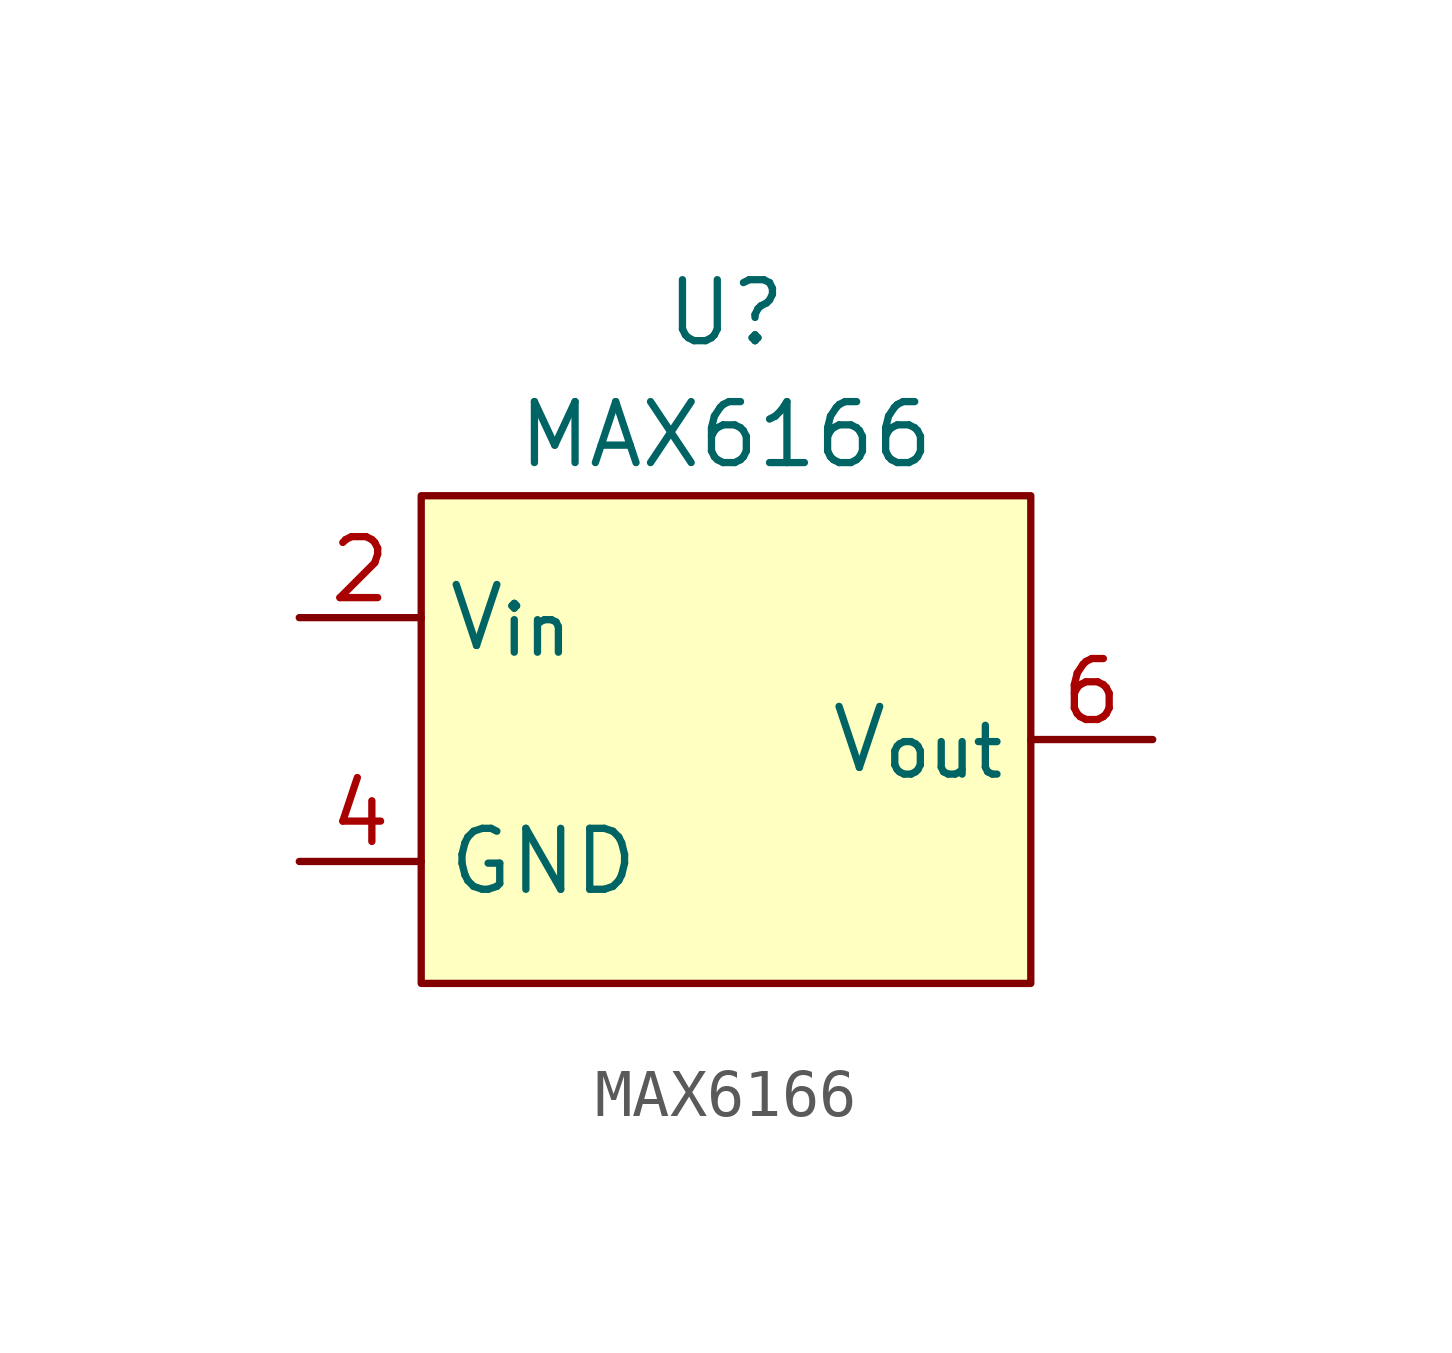
<source format=kicad_sym>
(kicad_symbol_lib
  (version 20220914)
  (generator kicad_symbol_editor)
  (symbol "MAX6166"
    (property "Reference" "U"
      (at 0 3.81 0)
      (effects (font (size 1.27 1.27))))
    (property "Value" "MAX6166"
      (at 0 1.27 0)
      (effects (font (size 1.27 1.27))))
    (symbol "MAX6166_0_1"
      (rectangle (start -6.35 0) (end 6.35 -10.16) (stroke (width 0) (type default)) (fill (type background))))
    (symbol "MAX6166_1_1"
      (pin no_connect line (at 8.89 -8.255 180) (length 2.54) hide (name "" (effects (font (size 1.27 1.27)))) (number "1" (effects (font (size 1.27 1.27)))))
      (pin power_in line (at -8.89 -2.54 0) (length 2.54) (name "V_{in}" (effects (font (size 1.27 1.27)))) (number "2" (effects (font (size 1.27 1.27)))))
      (pin no_connect line (at 8.89 -8.89 180) (length 2.54) hide (name "" (effects (font (size 1.27 1.27)))) (number "3" (effects (font (size 1.27 1.27)))))
      (pin power_in line (at -8.89 -7.62 0) (length 2.54) (name "GND" (effects (font (size 1.27 1.27)))) (number "4" (effects (font (size 1.27 1.27)))))
      (pin no_connect line (at 8.89 -6.985 180) (length 2.54) hide (name "" (effects (font (size 1.27 1.27)))) (number "5" (effects (font (size 1.27 1.27)))))
      (pin output line (at 8.89 -5.08 180) (length 2.54) (name "V_{out}" (effects (font (size 1.27 1.27)))) (number "6" (effects (font (size 1.27 1.27)))))
      (pin no_connect line (at 8.89 -9.525 180) (length 2.54) hide (name "" (effects (font (size 1.27 1.27)))) (number "7" (effects (font (size 1.27 1.27)))))
      (pin no_connect line (at 8.89 -7.62 180) (length 2.54) hide (name "" (effects (font (size 1.27 1.27)))) (number "8" (effects (font (size 1.27 1.27))))))))
</source>
